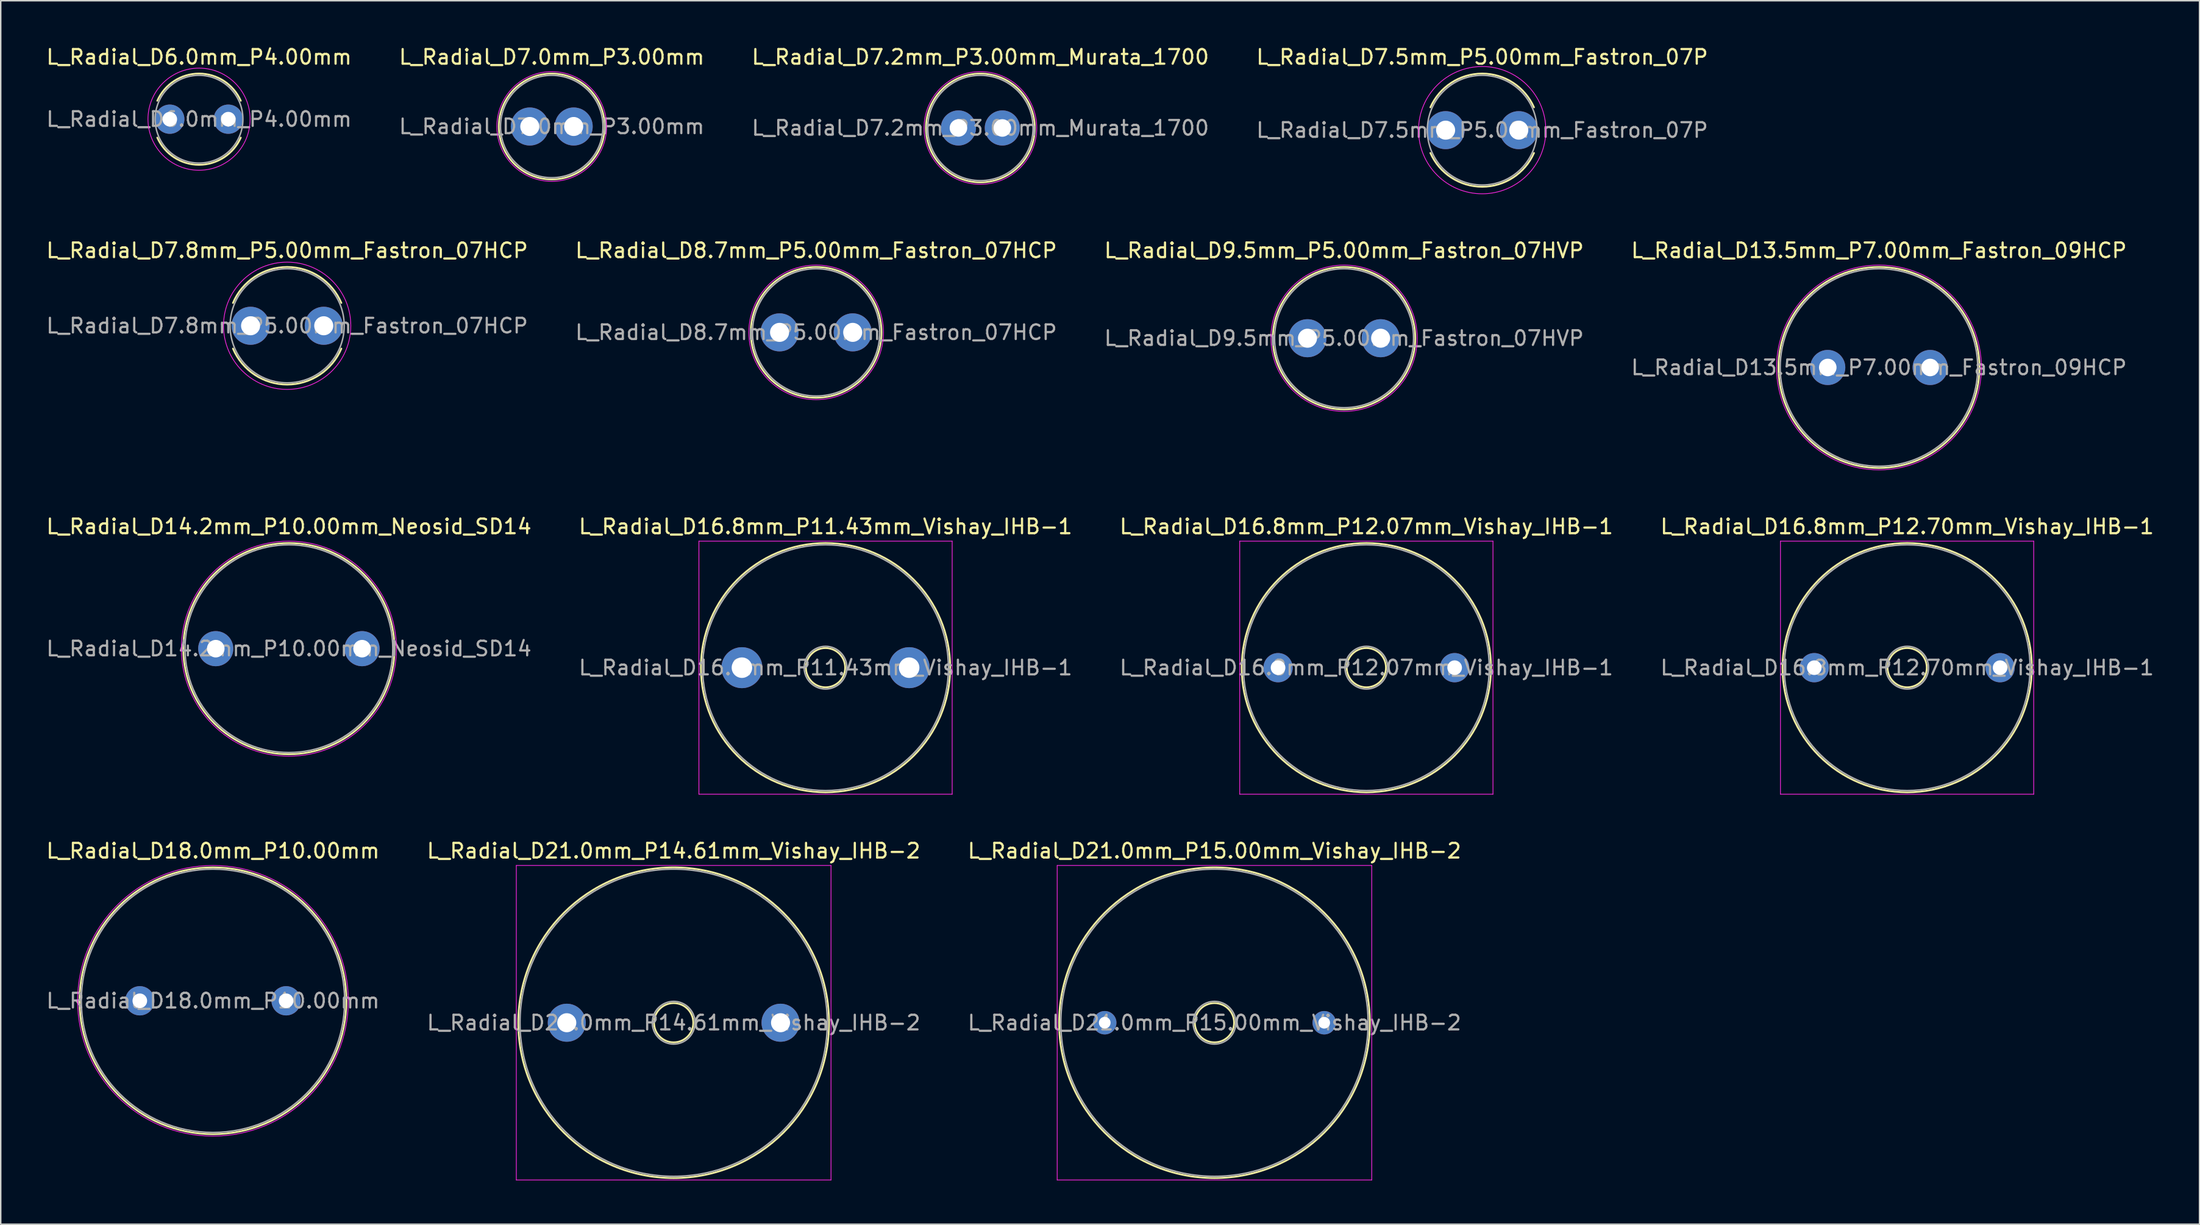
<source format=kicad_pcb>
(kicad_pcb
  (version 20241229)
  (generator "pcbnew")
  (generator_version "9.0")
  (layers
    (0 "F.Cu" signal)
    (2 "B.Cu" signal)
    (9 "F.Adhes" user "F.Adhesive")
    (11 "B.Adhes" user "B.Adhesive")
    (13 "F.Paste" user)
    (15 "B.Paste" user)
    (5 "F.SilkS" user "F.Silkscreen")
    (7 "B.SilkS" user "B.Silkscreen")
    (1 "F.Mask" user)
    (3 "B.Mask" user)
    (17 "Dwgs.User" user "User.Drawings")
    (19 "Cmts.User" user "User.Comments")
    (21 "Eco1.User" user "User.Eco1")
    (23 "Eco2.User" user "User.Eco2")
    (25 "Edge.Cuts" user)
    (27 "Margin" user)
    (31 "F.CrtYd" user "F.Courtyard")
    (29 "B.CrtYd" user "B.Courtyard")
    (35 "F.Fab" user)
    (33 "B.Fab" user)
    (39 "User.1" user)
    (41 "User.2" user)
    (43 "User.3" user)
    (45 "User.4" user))
  (footprint "L_Radial_D16.8mm_P11.43mm_Vishay_IHB-1"
    (layer "F.Cu")
    (at 47.66 42.595)
    (property "Reference" "L_Radial_D16.8mm_P11.43mm_Vishay_IHB-1" (at 5.715 -9.65 0) (layer "F.SilkS") (effects (font (size 1 1) (thickness 0.15))))
    (attr through_hole)
    (fp_circle (center 5.715 0) (end 7.055 0) (stroke (width 0.12) (type solid)) (fill no) (layer "F.SilkS"))
    (fp_circle (center 5.715 0) (end 14.235 0) (stroke (width 0.12) (type solid)) (fill no) (layer "F.SilkS"))
    (fp_line (start -2.94 -8.65) (end -2.94 8.65) (stroke (width 0.05) (type solid)) (layer "F.CrtYd"))
    (fp_line (start -2.94 8.65) (end 14.37 8.65) (stroke (width 0.05) (type solid)) (layer "F.CrtYd"))
    (fp_line (start 14.37 -8.65) (end -2.94 -8.65) (stroke (width 0.05) (type solid)) (layer "F.CrtYd"))
    (fp_line (start 14.37 8.65) (end 14.37 -8.65) (stroke (width 0.05) (type solid)) (layer "F.CrtYd"))
    (fp_circle (center 5.715 0) (end 7.175 0) (stroke (width 0.1) (type solid)) (fill no) (layer "F.Fab"))
    (fp_circle (center 5.715 0) (end 14.115 0) (stroke (width 0.1) (type solid)) (fill no) (layer "F.Fab"))
    (fp_text user "${REFERENCE}" (at 5.715 0 0) (layer "F.Fab") (effects (font (size 1 1) (thickness 0.15))))
    (pad "1" thru_hole circle (at 0 0) (size 2.8 2.8) (drill 1.4) (layers "*.Cu" "*.Mask"))
    (pad "2" thru_hole circle (at 11.43 0) (size 2.8 2.8) (drill 1.4) (layers "*.Cu" "*.Mask")))
  (footprint "L_Radial_D6.0mm_P4.00mm"
    (layer "F.Cu")
    (at 8.554 5.098)
    (property "Reference" "L_Radial_D6.0mm_P4.00mm" (at 2 -4.25 0) (layer "F.SilkS") (effects (font (size 1 1) (thickness 0.15))))
    (attr through_hole)
    (fp_arc (start -0.85426 -1.26) (mid 2 -3.12) (end 4.85426 -1.26) (stroke (width 0.12) (type solid)) (layer "F.SilkS"))
    (fp_arc (start 4.85426 1.26) (mid 2 3.12) (end -0.85426 1.26) (stroke (width 0.12) (type solid)) (layer "F.SilkS"))
    (fp_circle (center 2 0) (end 5.49 0) (stroke (width 0.05) (type solid)) (fill no) (layer "F.CrtYd"))
    (fp_circle (center 2 0) (end 5 0) (stroke (width 0.1) (type solid)) (fill no) (layer "F.Fab"))
    (fp_text user "${REFERENCE}" (at 2 0 0) (layer "F.Fab") (effects (font (size 1 1) (thickness 0.15))))
    (pad "1" thru_hole circle (at 0 0) (size 2 2) (drill 1) (layers "*.Cu" "*.Mask"))
    (pad "2" thru_hole circle (at 4 0) (size 2 2) (drill 1) (layers "*.Cu" "*.Mask")))
  (footprint "L_Radial_D9.5mm_P5.00mm_Fastron_07HVP"
    (layer "F.Cu")
    (at 86.315 20.072)
    (property "Reference" "L_Radial_D9.5mm_P5.00mm_Fastron_07HVP" (at 2.5 -6 0) (layer "F.SilkS") (effects (font (size 1 1) (thickness 0.15))))
    (attr through_hole)
    (fp_circle (center 2.5 0) (end 7.37 0) (stroke (width 0.12) (type solid)) (fill no) (layer "F.SilkS"))
    (fp_circle (center 2.5 0) (end 7.5 0) (stroke (width 0.05) (type solid)) (fill no) (layer "F.CrtYd"))
    (fp_circle (center 2.5 0) (end 7.25 0) (stroke (width 0.1) (type solid)) (fill no) (layer "F.Fab"))
    (fp_text user "${REFERENCE}" (at 2.5 0 0) (layer "F.Fab") (effects (font (size 1 1) (thickness 0.15))))
    (pad "1" thru_hole circle (at 0 0) (size 2.6 2.6) (drill 1.3) (layers "*.Cu" "*.Mask"))
    (pad "2" thru_hole circle (at 5 0) (size 2.6 2.6) (drill 1.3) (layers "*.Cu" "*.Mask")))
  (footprint "L_Radial_D16.8mm_P12.70mm_Vishay_IHB-1"
    (layer "F.Cu")
    (at 120.954 42.595)
    (property "Reference" "L_Radial_D16.8mm_P12.70mm_Vishay_IHB-1" (at 6.35 -9.65 0) (layer "F.SilkS") (effects (font (size 1 1) (thickness 0.15))))
    (attr through_hole)
    (fp_circle (center 6.35 0) (end 7.69 0) (stroke (width 0.12) (type solid)) (fill no) (layer "F.SilkS"))
    (fp_circle (center 6.35 0) (end 14.87 0) (stroke (width 0.12) (type solid)) (fill no) (layer "F.SilkS"))
    (fp_line (start -2.31 -8.65) (end -2.31 8.65) (stroke (width 0.05) (type solid)) (layer "F.CrtYd"))
    (fp_line (start -2.31 8.65) (end 15 8.65) (stroke (width 0.05) (type solid)) (layer "F.CrtYd"))
    (fp_line (start 15 -8.65) (end -2.31 -8.65) (stroke (width 0.05) (type solid)) (layer "F.CrtYd"))
    (fp_line (start 15 8.65) (end 15 -8.65) (stroke (width 0.05) (type solid)) (layer "F.CrtYd"))
    (fp_circle (center 6.35 0) (end 7.81 0) (stroke (width 0.1) (type solid)) (fill no) (layer "F.Fab"))
    (fp_circle (center 6.35 0) (end 14.75 0) (stroke (width 0.1) (type solid)) (fill no) (layer "F.Fab"))
    (fp_text user "${REFERENCE}" (at 6.35 0 0) (layer "F.Fab") (effects (font (size 1 1) (thickness 0.15))))
    (pad "1" thru_hole circle (at 0 0) (size 2 2) (drill 1) (layers "*.Cu" "*.Mask"))
    (pad "2" thru_hole circle (at 12.7 0) (size 2 2) (drill 1) (layers "*.Cu" "*.Mask")))
  (footprint "L_Radial_D7.2mm_P3.00mm_Murata_1700"
    (layer "F.Cu")
    (at 62.458 5.698)
    (property "Reference" "L_Radial_D7.2mm_P3.00mm_Murata_1700" (at 1.5 -4.85 0) (layer "F.SilkS") (effects (font (size 1 1) (thickness 0.15))))
    (attr through_hole)
    (fp_circle (center 1.5 0) (end 5.22 0) (stroke (width 0.12) (type solid)) (fill no) (layer "F.SilkS"))
    (fp_circle (center 1.5 0) (end 5.35 0) (stroke (width 0.05) (type solid)) (fill no) (layer "F.CrtYd"))
    (fp_circle (center 1.5 0) (end 5.1 0) (stroke (width 0.1) (type solid)) (fill no) (layer "F.Fab"))
    (fp_text user "${REFERENCE}" (at 1.5 0 0) (layer "F.Fab") (effects (font (size 1 1) (thickness 0.15))))
    (pad "1" thru_hole circle (at 0 0) (size 2.4 2.4) (drill 1.2) (layers "*.Cu" "*.Mask"))
    (pad "2" thru_hole circle (at 3 0) (size 2.4 2.4) (drill 1.2) (layers "*.Cu" "*.Mask")))
  (footprint "L_Radial_D21.0mm_P14.61mm_Vishay_IHB-2"
    (layer "F.Cu")
    (at 35.689 66.868)
    (property "Reference" "L_Radial_D21.0mm_P14.61mm_Vishay_IHB-2" (at 7.305 -11.75 0) (layer "F.SilkS") (effects (font (size 1 1) (thickness 0.15))))
    (attr through_hole)
    (fp_circle (center 7.305 0) (end 8.645 0) (stroke (width 0.12) (type solid)) (fill no) (layer "F.SilkS"))
    (fp_circle (center 7.305 0) (end 17.925 0) (stroke (width 0.12) (type solid)) (fill no) (layer "F.SilkS"))
    (fp_line (start -3.45 -10.75) (end -3.45 10.75) (stroke (width 0.05) (type solid)) (layer "F.CrtYd"))
    (fp_line (start -3.45 10.75) (end 18.06 10.75) (stroke (width 0.05) (type solid)) (layer "F.CrtYd"))
    (fp_line (start 18.06 -10.75) (end -3.45 -10.75) (stroke (width 0.05) (type solid)) (layer "F.CrtYd"))
    (fp_line (start 18.06 10.75) (end 18.06 -10.75) (stroke (width 0.05) (type solid)) (layer "F.CrtYd"))
    (fp_circle (center 7.305 0) (end 8.765 0) (stroke (width 0.1) (type solid)) (fill no) (layer "F.Fab"))
    (fp_circle (center 7.305 0) (end 17.805 0) (stroke (width 0.1) (type solid)) (fill no) (layer "F.Fab"))
    (fp_text user "${REFERENCE}" (at 7.305 0 0) (layer "F.Fab") (effects (font (size 1 1) (thickness 0.15))))
    (pad "1" thru_hole circle (at 0 0) (size 2.6 2.6) (drill 1.3) (layers "*.Cu" "*.Mask"))
    (pad "2" thru_hole circle (at 14.61 0) (size 2.6 2.6) (drill 1.3) (layers "*.Cu" "*.Mask")))
  (footprint "L_Radial_D14.2mm_P10.00mm_Neosid_SD14"
    (layer "F.Cu")
    (at 11.696 41.295)
    (property "Reference" "L_Radial_D14.2mm_P10.00mm_Neosid_SD14" (at 5 -8.35 0) (layer "F.SilkS") (effects (font (size 1 1) (thickness 0.15))))
    (attr through_hole)
    (fp_circle (center 5 0) (end 12.22 0) (stroke (width 0.12) (type solid)) (fill no) (layer "F.SilkS"))
    (fp_circle (center 5 0) (end 12.35 0) (stroke (width 0.05) (type solid)) (fill no) (layer "F.CrtYd"))
    (fp_circle (center 5 0) (end 12.1 0) (stroke (width 0.1) (type solid)) (fill no) (layer "F.Fab"))
    (fp_text user "${REFERENCE}" (at 5 0 0) (layer "F.Fab") (effects (font (size 1 1) (thickness 0.15))))
    (pad "1" thru_hole circle (at 0 0) (size 2.4 2.4) (drill 1.2) (layers "*.Cu" "*.Mask"))
    (pad "2" thru_hole circle (at 10 0) (size 2.4 2.4) (drill 1.2) (layers "*.Cu" "*.Mask")))
  (footprint "L_Radial_D13.5mm_P7.00mm_Fastron_09HCP"
    (layer "F.Cu")
    (at 121.875 22.072)
    (property "Reference" "L_Radial_D13.5mm_P7.00mm_Fastron_09HCP" (at 3.5 -8 0) (layer "F.SilkS") (effects (font (size 1 1) (thickness 0.15))))
    (attr through_hole)
    (fp_circle (center 3.5 0) (end 10.37 0) (stroke (width 0.12) (type solid)) (fill no) (layer "F.SilkS"))
    (fp_circle (center 3.5 0) (end 10.5 0) (stroke (width 0.05) (type solid)) (fill no) (layer "F.CrtYd"))
    (fp_circle (center 3.5 0) (end 10.25 0) (stroke (width 0.1) (type solid)) (fill no) (layer "F.Fab"))
    (fp_text user "${REFERENCE}" (at 3.5 0 0) (layer "F.Fab") (effects (font (size 1 1) (thickness 0.15))))
    (pad "1" thru_hole circle (at 0 0) (size 2.4 2.4) (drill 1.2) (layers "*.Cu" "*.Mask"))
    (pad "2" thru_hole circle (at 7 0) (size 2.4 2.4) (drill 1.2) (layers "*.Cu" "*.Mask")))
  (footprint "L_Radial_D7.8mm_P5.00mm_Fastron_07HCP"
    (layer "F.Cu")
    (at 14.077 19.221)
    (property "Reference" "L_Radial_D7.8mm_P5.00mm_Fastron_07HCP" (at 2.5 -5.15 0) (layer "F.SilkS") (effects (font (size 1 1) (thickness 0.15))))
    (attr through_hole)
    (fp_arc (start -1.20497 -1.56) (mid 2.5 -4.02) (end 6.20497 -1.56) (stroke (width 0.12) (type solid)) (layer "F.SilkS"))
    (fp_arc (start 6.20497 1.56) (mid 2.5 4.02) (end -1.20497 1.56) (stroke (width 0.12) (type solid)) (layer "F.SilkS"))
    (fp_circle (center 2.5 0) (end 6.85 0) (stroke (width 0.05) (type solid)) (fill no) (layer "F.CrtYd"))
    (fp_circle (center 2.5 0) (end 6.4 0) (stroke (width 0.1) (type solid)) (fill no) (layer "F.Fab"))
    (fp_text user "${REFERENCE}" (at 2.5 0 0) (layer "F.Fab") (effects (font (size 1 1) (thickness 0.15))))
    (pad "1" thru_hole circle (at 0 0) (size 2.6 2.6) (drill 1.3) (layers "*.Cu" "*.Mask"))
    (pad "2" thru_hole circle (at 5 0) (size 2.6 2.6) (drill 1.3) (layers "*.Cu" "*.Mask")))
  (footprint "L_Radial_D18.0mm_P10.00mm"
    (layer "F.Cu")
    (at 6.506 65.368)
    (property "Reference" "L_Radial_D18.0mm_P10.00mm" (at 5 -10.25 0) (layer "F.SilkS") (effects (font (size 1 1) (thickness 0.15))))
    (attr through_hole)
    (fp_circle (center 5 0) (end 14.12 0) (stroke (width 0.12) (type solid)) (fill no) (layer "F.SilkS"))
    (fp_circle (center 5 0) (end 14.25 0) (stroke (width 0.05) (type solid)) (fill no) (layer "F.CrtYd"))
    (fp_circle (center 5 0) (end 14 0) (stroke (width 0.1) (type solid)) (fill no) (layer "F.Fab"))
    (fp_text user "${REFERENCE}" (at 5 0 0) (layer "F.Fab") (effects (font (size 1 1) (thickness 0.15))))
    (pad "1" thru_hole circle (at 0 0) (size 2 2) (drill 1) (layers "*.Cu" "*.Mask"))
    (pad "2" thru_hole circle (at 10 0) (size 2 2) (drill 1) (layers "*.Cu" "*.Mask")))
  (footprint "L_Radial_D21.0mm_P15.00mm_Vishay_IHB-2"
    (layer "F.Cu")
    (at 72.458 66.868)
    (property "Reference" "L_Radial_D21.0mm_P15.00mm_Vishay_IHB-2" (at 7.5 -11.75 0) (layer "F.SilkS") (effects (font (size 1 1) (thickness 0.15))))
    (attr through_hole)
    (fp_circle (center 7.5 0) (end 8.84 0) (stroke (width 0.12) (type solid)) (fill no) (layer "F.SilkS"))
    (fp_circle (center 7.5 0) (end 18.12 0) (stroke (width 0.12) (type solid)) (fill no) (layer "F.SilkS"))
    (fp_line (start -3.25 -10.75) (end -3.25 10.75) (stroke (width 0.05) (type solid)) (layer "F.CrtYd"))
    (fp_line (start -3.25 10.75) (end 18.25 10.75) (stroke (width 0.05) (type solid)) (layer "F.CrtYd"))
    (fp_line (start 18.25 -10.75) (end -3.25 -10.75) (stroke (width 0.05) (type solid)) (layer "F.CrtYd"))
    (fp_line (start 18.25 10.75) (end 18.25 -10.75) (stroke (width 0.05) (type solid)) (layer "F.CrtYd"))
    (fp_circle (center 7.5 0) (end 8.96 0) (stroke (width 0.1) (type solid)) (fill no) (layer "F.Fab"))
    (fp_circle (center 7.5 0) (end 18 0) (stroke (width 0.1) (type solid)) (fill no) (layer "F.Fab"))
    (fp_text user "${REFERENCE}" (at 7.5 0 0) (layer "F.Fab") (effects (font (size 1 1) (thickness 0.15))))
    (pad "1" thru_hole circle (at 0 0) (size 1.6 1.6) (drill 0.8) (layers "*.Cu" "*.Mask"))
    (pad "2" thru_hole circle (at 15 0) (size 1.6 1.6) (drill 0.8) (layers "*.Cu" "*.Mask")))
  (footprint "L_Radial_D8.7mm_P5.00mm_Fastron_07HCP"
    (layer "F.Cu")
    (at 50.232 19.672)
    (property "Reference" "L_Radial_D8.7mm_P5.00mm_Fastron_07HCP" (at 2.5 -5.6 0) (layer "F.SilkS") (effects (font (size 1 1) (thickness 0.15))))
    (attr through_hole)
    (fp_circle (center 2.5 0) (end 6.97 0) (stroke (width 0.12) (type solid)) (fill no) (layer "F.SilkS"))
    (fp_circle (center 2.5 0) (end 7.1 0) (stroke (width 0.05) (type solid)) (fill no) (layer "F.CrtYd"))
    (fp_circle (center 2.5 0) (end 6.85 0) (stroke (width 0.1) (type solid)) (fill no) (layer "F.Fab"))
    (fp_text user "${REFERENCE}" (at 2.5 0 0) (layer "F.Fab") (effects (font (size 1 1) (thickness 0.15))))
    (pad "1" thru_hole circle (at 0 0) (size 2.6 2.6) (drill 1.3) (layers "*.Cu" "*.Mask"))
    (pad "2" thru_hole circle (at 5 0) (size 2.6 2.6) (drill 1.3) (layers "*.Cu" "*.Mask")))
  (footprint "L_Radial_D7.5mm_P5.00mm_Fastron_07P"
    (layer "F.Cu")
    (at 95.756 5.848)
    (property "Reference" "L_Radial_D7.5mm_P5.00mm_Fastron_07P" (at 2.5 -5 0) (layer "F.SilkS") (effects (font (size 1 1) (thickness 0.15))))
    (attr through_hole)
    (fp_arc (start -1.041652 -1.56) (mid 2.5 -3.87) (end 6.041652 -1.56) (stroke (width 0.12) (type solid)) (layer "F.SilkS"))
    (fp_arc (start 6.041652 1.56) (mid 2.5 3.87) (end -1.041652 1.56) (stroke (width 0.12) (type solid)) (layer "F.SilkS"))
    (fp_circle (center 2.5 0) (end 6.85 0) (stroke (width 0.05) (type solid)) (fill no) (layer "F.CrtYd"))
    (fp_circle (center 2.5 0) (end 6.25 0) (stroke (width 0.1) (type solid)) (fill no) (layer "F.Fab"))
    (fp_text user "${REFERENCE}" (at 2.5 0 0) (layer "F.Fab") (effects (font (size 1 1) (thickness 0.15))))
    (pad "1" thru_hole circle (at 0 0) (size 2.6 2.6) (drill 1.3) (layers "*.Cu" "*.Mask"))
    (pad "2" thru_hole circle (at 5 0) (size 2.6 2.6) (drill 1.3) (layers "*.Cu" "*.Mask")))
  (footprint "L_Radial_D7.0mm_P3.00mm"
    (layer "F.Cu")
    (at 33.161 5.598)
    (property "Reference" "L_Radial_D7.0mm_P3.00mm" (at 1.5 -4.75 0) (layer "F.SilkS") (effects (font (size 1 1) (thickness 0.15))))
    (attr through_hole)
    (fp_circle (center 1.5 0) (end 5.12 0) (stroke (width 0.12) (type solid)) (fill no) (layer "F.SilkS"))
    (fp_circle (center 1.5 0) (end 5.25 0) (stroke (width 0.05) (type solid)) (fill no) (layer "F.CrtYd"))
    (fp_circle (center 1.5 0) (end 5 0) (stroke (width 0.1) (type solid)) (fill no) (layer "F.Fab"))
    (fp_text user "${REFERENCE}" (at 1.5 0 0) (layer "F.Fab") (effects (font (size 1 1) (thickness 0.15))))
    (pad "1" thru_hole circle (at 0 0) (size 2.6 2.6) (drill 1.3) (layers "*.Cu" "*.Mask"))
    (pad "2" thru_hole circle (at 3 0) (size 2.6 2.6) (drill 1.3) (layers "*.Cu" "*.Mask")))
  (footprint "L_Radial_D16.8mm_P12.07mm_Vishay_IHB-1"
    (layer "F.Cu")
    (at 84.304 42.595)
    (property "Reference" "L_Radial_D16.8mm_P12.07mm_Vishay_IHB-1" (at 6.035 -9.65 0) (layer "F.SilkS") (effects (font (size 1 1) (thickness 0.15))))
    (attr through_hole)
    (fp_circle (center 6.035 0) (end 7.375 0) (stroke (width 0.12) (type solid)) (fill no) (layer "F.SilkS"))
    (fp_circle (center 6.035 0) (end 14.555 0) (stroke (width 0.12) (type solid)) (fill no) (layer "F.SilkS"))
    (fp_line (start -2.62 -8.65) (end -2.62 8.65) (stroke (width 0.05) (type solid)) (layer "F.CrtYd"))
    (fp_line (start -2.62 8.65) (end 14.69 8.65) (stroke (width 0.05) (type solid)) (layer "F.CrtYd"))
    (fp_line (start 14.69 -8.65) (end -2.62 -8.65) (stroke (width 0.05) (type solid)) (layer "F.CrtYd"))
    (fp_line (start 14.69 8.65) (end 14.69 -8.65) (stroke (width 0.05) (type solid)) (layer "F.CrtYd"))
    (fp_circle (center 6.035 0) (end 7.495 0) (stroke (width 0.1) (type solid)) (fill no) (layer "F.Fab"))
    (fp_circle (center 6.035 0) (end 14.435 0) (stroke (width 0.1) (type solid)) (fill no) (layer "F.Fab"))
    (fp_text user "${REFERENCE}" (at 6.035 0 0) (layer "F.Fab") (effects (font (size 1 1) (thickness 0.15))))
    (pad "1" thru_hole circle (at 0 0) (size 2 2) (drill 1) (layers "*.Cu" "*.Mask"))
    (pad "2" thru_hole circle (at 12.07 0) (size 2 2) (drill 1) (layers "*.Cu" "*.Mask")))
  (gr_rect
    (start -3 -3)
    (end 147.286 80.643)
    (stroke (width 0.1) (type default))
    (fill no)
    (layer "Edge.Cuts")))
</source>
